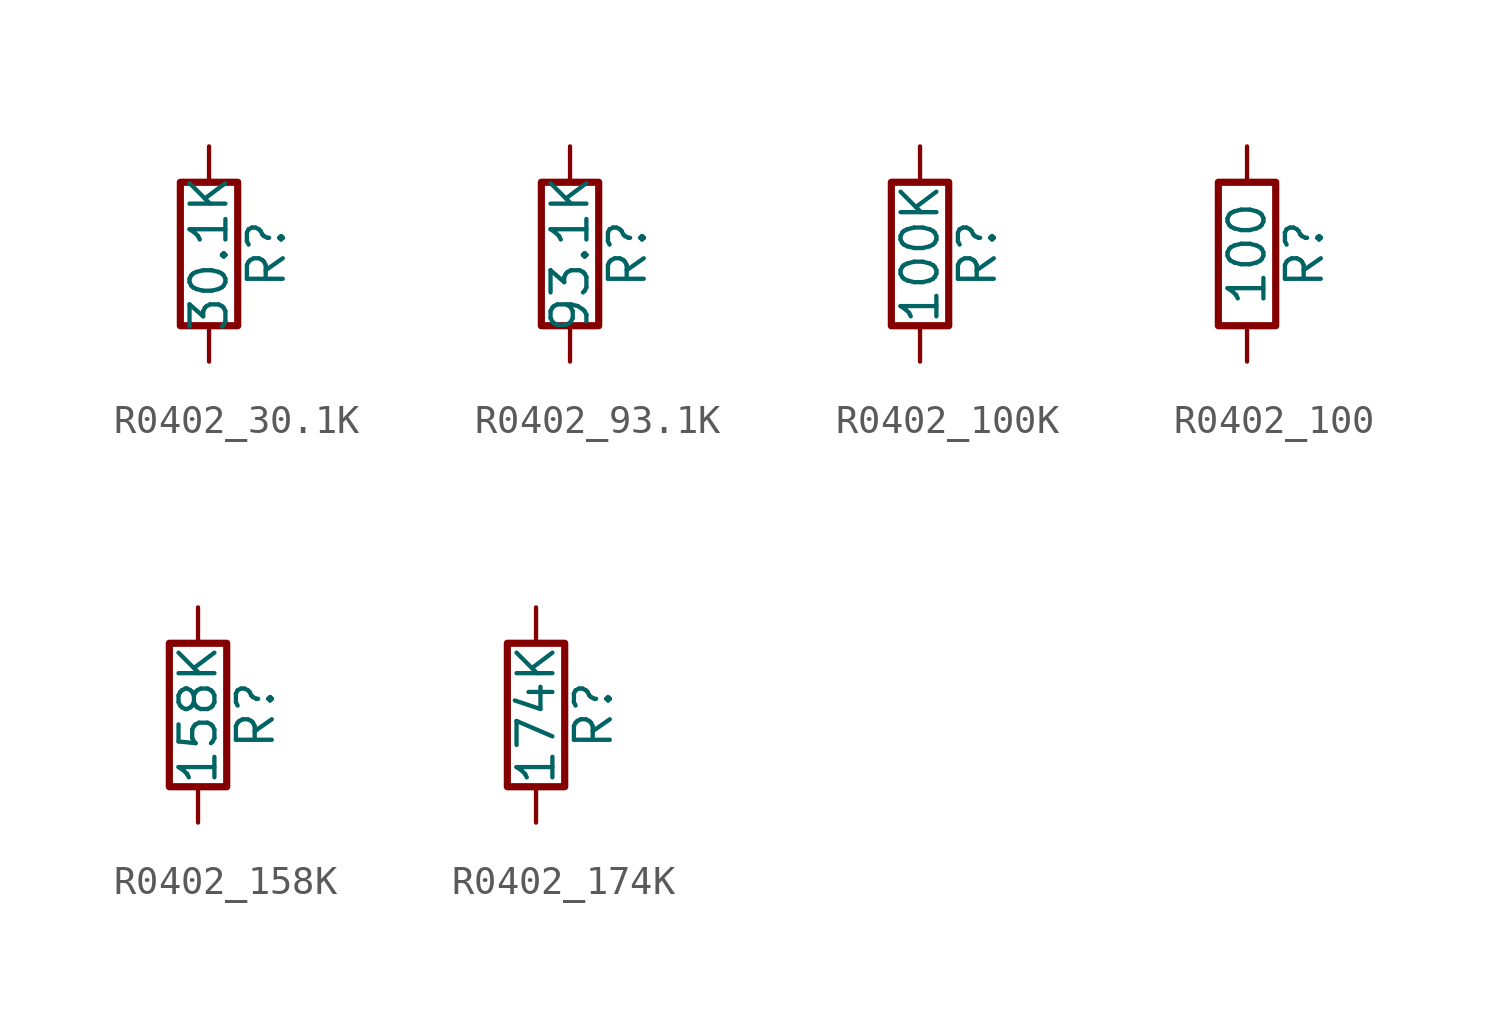
<source format=kicad_sym>
(kicad_symbol_lib
  (version 20211014)
  (generator atlantix-eda)
  (symbol "R0402_30.1K"
    (pin_numbers hide)
    (pin_names
      (offset 0))
    (property "Reference" "R"
      (at 2.032 0 90)
      (effects (font (size 1.27 1.27))))
    (property "Value" "30.1K"
      (at 0 0 90)
      (effects (font (size 1.27 1.27))))
    (symbol "R0402_30.1K_0_1"
      (rectangle (start -1.016 -2.54) (end 1.016 2.54) (stroke (width 0.254) (type default) (color 0 0 0 0)) (fill (type none))))
    (symbol "R0402_30.1K_1_1"
      (pin passive line (at 0 3.81 270) (length 1.27) (name "~" (effects (font (size 1.27 1.27)))) (number "1" (effects (font (size 1.27 1.27)))))
      (pin passive line (at 0 -3.81 90) (length 1.27) (name "~" (effects (font (size 1.27 1.27)))) (number "2" (effects (font (size 1.27 1.27)))))))
  (symbol "R0402_93.1K"
    (pin_numbers hide)
    (pin_names
      (offset 0))
    (property "Reference" "R"
      (at 2.032 0 90)
      (effects (font (size 1.27 1.27))))
    (property "Value" "93.1K"
      (at 0 0 90)
      (effects (font (size 1.27 1.27))))
    (symbol "R0402_93.1K_0_1"
      (rectangle (start -1.016 -2.54) (end 1.016 2.54) (stroke (width 0.254) (type default) (color 0 0 0 0)) (fill (type none))))
    (symbol "R0402_93.1K_1_1"
      (pin passive line (at 0 3.81 270) (length 1.27) (name "~" (effects (font (size 1.27 1.27)))) (number "1" (effects (font (size 1.27 1.27)))))
      (pin passive line (at 0 -3.81 90) (length 1.27) (name "~" (effects (font (size 1.27 1.27)))) (number "2" (effects (font (size 1.27 1.27)))))))
  (symbol "R0402_100K"
    (pin_numbers hide)
    (pin_names
      (offset 0))
    (property "Reference" "R"
      (at 2.032 0 90)
      (effects (font (size 1.27 1.27))))
    (property "Value" "100K"
      (at 0 0 90)
      (effects (font (size 1.27 1.27))))
    (symbol "R0402_100K_0_1"
      (rectangle (start -1.016 -2.54) (end 1.016 2.54) (stroke (width 0.254) (type default) (color 0 0 0 0)) (fill (type none))))
    (symbol "R0402_100K_1_1"
      (pin passive line (at 0 3.81 270) (length 1.27) (name "~" (effects (font (size 1.27 1.27)))) (number "1" (effects (font (size 1.27 1.27)))))
      (pin passive line (at 0 -3.81 90) (length 1.27) (name "~" (effects (font (size 1.27 1.27)))) (number "2" (effects (font (size 1.27 1.27)))))))
  (symbol "R0402_100"
    (pin_numbers hide)
    (pin_names
      (offset 0))
    (property "Reference" "R"
      (at 2.032 0 90)
      (effects (font (size 1.27 1.27))))
    (property "Value" "100"
      (at 0 0 90)
      (effects (font (size 1.27 1.27))))
    (symbol "R0402_100_0_1"
      (rectangle (start -1.016 -2.54) (end 1.016 2.54) (stroke (width 0.254) (type default) (color 0 0 0 0)) (fill (type none))))
    (symbol "R0402_100_1_1"
      (pin passive line (at 0 3.81 270) (length 1.27) (name "~" (effects (font (size 1.27 1.27)))) (number "1" (effects (font (size 1.27 1.27)))))
      (pin passive line (at 0 -3.81 90) (length 1.27) (name "~" (effects (font (size 1.27 1.27)))) (number "2" (effects (font (size 1.27 1.27)))))))
  (symbol "R0402_158K"
    (pin_numbers hide)
    (pin_names
      (offset 0))
    (property "Reference" "R"
      (at 2.032 0 90)
      (effects (font (size 1.27 1.27))))
    (property "Value" "158K"
      (at 0 0 90)
      (effects (font (size 1.27 1.27))))
    (symbol "R0402_158K_0_1"
      (rectangle (start -1.016 -2.54) (end 1.016 2.54) (stroke (width 0.254) (type default) (color 0 0 0 0)) (fill (type none))))
    (symbol "R0402_158K_1_1"
      (pin passive line (at 0 3.81 270) (length 1.27) (name "~" (effects (font (size 1.27 1.27)))) (number "1" (effects (font (size 1.27 1.27)))))
      (pin passive line (at 0 -3.81 90) (length 1.27) (name "~" (effects (font (size 1.27 1.27)))) (number "2" (effects (font (size 1.27 1.27)))))))
  (symbol "R0402_174K"
    (pin_numbers hide)
    (pin_names
      (offset 0))
    (property "Reference" "R"
      (at 2.032 0 90)
      (effects (font (size 1.27 1.27))))
    (property "Value" "174K"
      (at 0 0 90)
      (effects (font (size 1.27 1.27))))
    (symbol "R0402_174K_0_1"
      (rectangle (start -1.016 -2.54) (end 1.016 2.54) (stroke (width 0.254) (type default) (color 0 0 0 0)) (fill (type none))))
    (symbol "R0402_174K_1_1"
      (pin passive line (at 0 3.81 270) (length 1.27) (name "~" (effects (font (size 1.27 1.27)))) (number "1" (effects (font (size 1.27 1.27)))))
      (pin passive line (at 0 -3.81 90) (length 1.27) (name "~" (effects (font (size 1.27 1.27)))) (number "2" (effects (font (size 1.27 1.27))))))))
</source>
